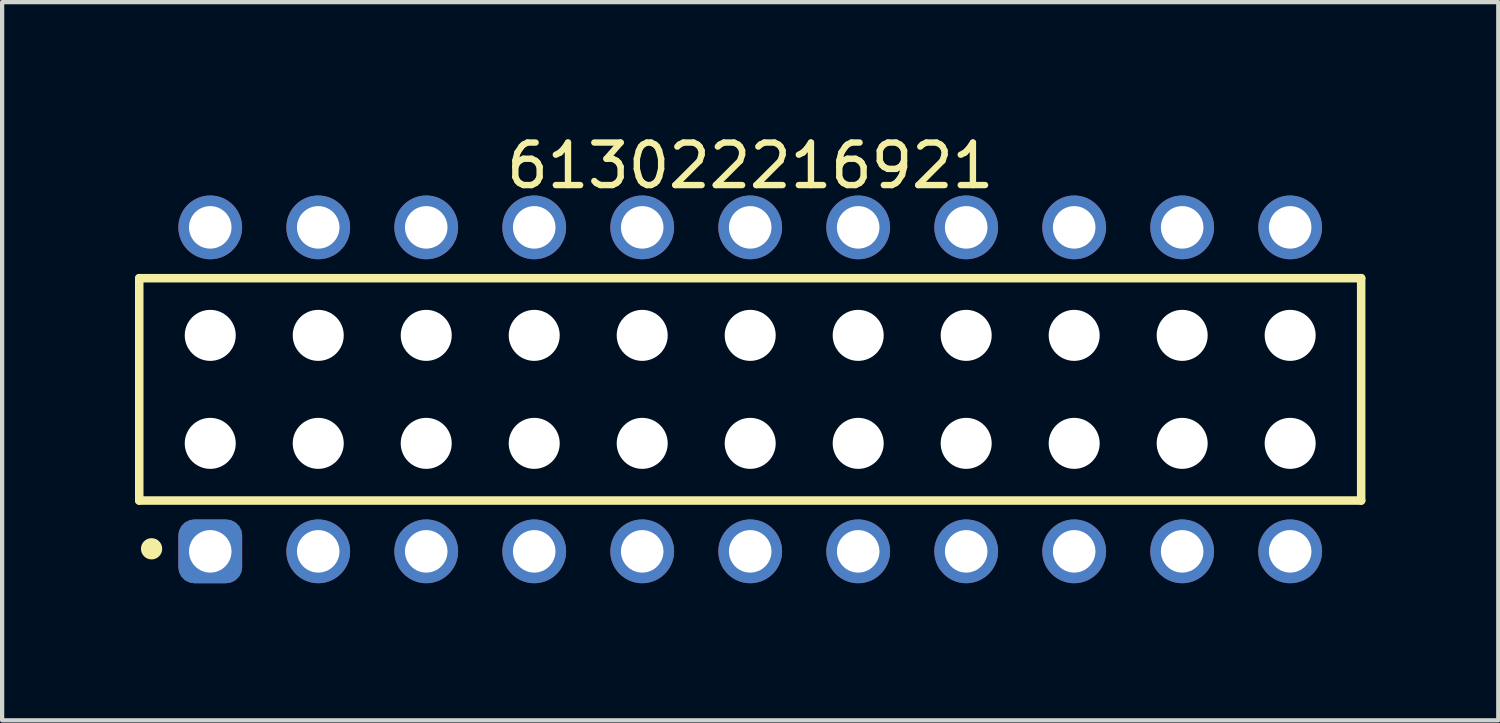
<source format=kicad_pcb>
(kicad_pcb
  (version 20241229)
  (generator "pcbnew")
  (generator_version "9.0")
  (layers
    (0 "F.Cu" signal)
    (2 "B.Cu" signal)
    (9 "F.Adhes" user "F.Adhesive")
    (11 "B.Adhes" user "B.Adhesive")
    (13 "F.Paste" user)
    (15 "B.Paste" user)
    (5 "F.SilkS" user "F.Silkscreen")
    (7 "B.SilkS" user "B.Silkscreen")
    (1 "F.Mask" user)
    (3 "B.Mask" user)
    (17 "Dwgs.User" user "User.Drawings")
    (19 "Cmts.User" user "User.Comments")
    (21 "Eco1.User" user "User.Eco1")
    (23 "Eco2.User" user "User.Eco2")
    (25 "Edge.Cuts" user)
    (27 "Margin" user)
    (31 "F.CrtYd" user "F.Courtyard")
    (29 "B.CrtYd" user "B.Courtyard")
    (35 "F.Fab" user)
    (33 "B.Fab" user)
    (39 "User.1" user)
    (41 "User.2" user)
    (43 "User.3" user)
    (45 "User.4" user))
  (footprint "613022216921"
    (layer "F.Cu")
    (at 14.595 6.108)
    (property "Reference" "613022216921" (at 0 -5.26 0) (layer "F.SilkS") (effects (font (size 1 1) (thickness 0.15))))
    (fp_line (start -14.37 -2.615) (end 14.37 -2.615) (stroke (width 0.2) (type solid)) (layer "F.SilkS"))
    (fp_line (start -14.37 2.615) (end -14.37 -2.615) (stroke (width 0.2) (type solid)) (layer "F.SilkS"))
    (fp_line (start -14.37 2.615) (end 14.37 2.615) (stroke (width 0.2) (type solid)) (layer "F.SilkS"))
    (fp_line (start 14.37 2.615) (end 14.37 -2.615) (stroke (width 0.2) (type solid)) (layer "F.SilkS"))
    (fp_circle (center -14.08 3.75) (end -14.08 3.625) (stroke (width 0.25) (type solid)) (fill no) (layer "F.SilkS"))
    (fp_line (start -14.57 -4.76) (end 14.57 -4.76) (stroke (width 0.05) (type solid)) (layer "Eco2.User"))
    (fp_line (start -14.57 4.76) (end -14.57 -4.76) (stroke (width 0.05) (type solid)) (layer "Eco2.User"))
    (fp_line (start -14.57 4.76) (end 14.57 4.76) (stroke (width 0.05) (type solid)) (layer "Eco2.User"))
    (fp_line (start -14.22 -2.54) (end 14.22 -2.54) (stroke (width 0.1) (type solid)) (layer "Eco2.User"))
    (fp_line (start -14.22 2.54) (end -14.22 -2.54) (stroke (width 0.1) (type solid)) (layer "Eco2.User"))
    (fp_line (start -14.22 2.54) (end 14.22 2.54) (stroke (width 0.1) (type solid)) (layer "Eco2.User"))
    (fp_line (start -13.1 -3.935) (end -12.3 -3.935) (stroke (width 0.1) (type solid)) (layer "Eco2.User"))
    (fp_line (start -13.1 -2.54) (end -13.1 -3.935) (stroke (width 0.1) (type solid)) (layer "Eco2.User"))
    (fp_line (start -13.1 3.935) (end -13.1 2.54) (stroke (width 0.1) (type solid)) (layer "Eco2.User"))
    (fp_line (start -13.1 3.935) (end -12.3 3.935) (stroke (width 0.1) (type solid)) (layer "Eco2.User"))
    (fp_line (start -12.3 -2.54) (end -12.3 -3.935) (stroke (width 0.1) (type solid)) (layer "Eco2.User"))
    (fp_line (start -12.3 3.935) (end -12.3 2.54) (stroke (width 0.1) (type solid)) (layer "Eco2.User"))
    (fp_line (start -10.56 -3.935) (end -9.76 -3.935) (stroke (width 0.1) (type solid)) (layer "Eco2.User"))
    (fp_line (start -10.56 -2.54) (end -10.56 -3.935) (stroke (width 0.1) (type solid)) (layer "Eco2.User"))
    (fp_line (start -10.56 3.935) (end -10.56 2.54) (stroke (width 0.1) (type solid)) (layer "Eco2.User"))
    (fp_line (start -10.56 3.935) (end -9.76 3.935) (stroke (width 0.1) (type solid)) (layer "Eco2.User"))
    (fp_line (start -9.76 -2.54) (end -9.76 -3.935) (stroke (width 0.1) (type solid)) (layer "Eco2.User"))
    (fp_line (start -9.76 3.935) (end -9.76 2.54) (stroke (width 0.1) (type solid)) (layer "Eco2.User"))
    (fp_line (start -8.02 -3.935) (end -7.22 -3.935) (stroke (width 0.1) (type solid)) (layer "Eco2.User"))
    (fp_line (start -8.02 -2.54) (end -8.02 -3.935) (stroke (width 0.1) (type solid)) (layer "Eco2.User"))
    (fp_line (start -8.02 3.935) (end -8.02 2.54) (stroke (width 0.1) (type solid)) (layer "Eco2.User"))
    (fp_line (start -8.02 3.935) (end -7.22 3.935) (stroke (width 0.1) (type solid)) (layer "Eco2.User"))
    (fp_line (start -7.22 -2.54) (end -7.22 -3.935) (stroke (width 0.1) (type solid)) (layer "Eco2.User"))
    (fp_line (start -7.22 3.935) (end -7.22 2.54) (stroke (width 0.1) (type solid)) (layer "Eco2.User"))
    (fp_line (start -5.48 -3.935) (end -4.68 -3.935) (stroke (width 0.1) (type solid)) (layer "Eco2.User"))
    (fp_line (start -5.48 -2.54) (end -5.48 -3.935) (stroke (width 0.1) (type solid)) (layer "Eco2.User"))
    (fp_line (start -5.48 3.935) (end -5.48 2.54) (stroke (width 0.1) (type solid)) (layer "Eco2.User"))
    (fp_line (start -5.48 3.935) (end -4.68 3.935) (stroke (width 0.1) (type solid)) (layer "Eco2.User"))
    (fp_line (start -4.68 -2.54) (end -4.68 -3.935) (stroke (width 0.1) (type solid)) (layer "Eco2.User"))
    (fp_line (start -4.68 3.935) (end -4.68 2.54) (stroke (width 0.1) (type solid)) (layer "Eco2.User"))
    (fp_line (start -2.94 -3.935) (end -2.14 -3.935) (stroke (width 0.1) (type solid)) (layer "Eco2.User"))
    (fp_line (start -2.94 -2.54) (end -2.94 -3.935) (stroke (width 0.1) (type solid)) (layer "Eco2.User"))
    (fp_line (start -2.94 3.935) (end -2.94 2.54) (stroke (width 0.1) (type solid)) (layer "Eco2.User"))
    (fp_line (start -2.94 3.935) (end -2.14 3.935) (stroke (width 0.1) (type solid)) (layer "Eco2.User"))
    (fp_line (start -2.14 -2.54) (end -2.14 -3.935) (stroke (width 0.1) (type solid)) (layer "Eco2.User"))
    (fp_line (start -2.14 3.935) (end -2.14 2.54) (stroke (width 0.1) (type solid)) (layer "Eco2.User"))
    (fp_line (start -0.5 0) (end 0.5 0) (stroke (width 0.05) (type solid)) (layer "Eco2.User"))
    (fp_line (start -0.4 -3.935) (end 0.4 -3.935) (stroke (width 0.1) (type solid)) (layer "Eco2.User"))
    (fp_line (start -0.4 -2.54) (end -0.4 -3.935) (stroke (width 0.1) (type solid)) (layer "Eco2.User"))
    (fp_line (start -0.4 3.935) (end -0.4 2.54) (stroke (width 0.1) (type solid)) (layer "Eco2.User"))
    (fp_line (start -0.4 3.935) (end 0.4 3.935) (stroke (width 0.1) (type solid)) (layer "Eco2.User"))
    (fp_line (start 0 0.5) (end 0 -0.5) (stroke (width 0.05) (type solid)) (layer "Eco2.User"))
    (fp_line (start 0.4 -2.54) (end 0.4 -3.935) (stroke (width 0.1) (type solid)) (layer "Eco2.User"))
    (fp_line (start 0.4 3.935) (end 0.4 2.54) (stroke (width 0.1) (type solid)) (layer "Eco2.User"))
    (fp_line (start 2.14 -3.935) (end 2.94 -3.935) (stroke (width 0.1) (type solid)) (layer "Eco2.User"))
    (fp_line (start 2.14 -2.54) (end 2.14 -3.935) (stroke (width 0.1) (type solid)) (layer "Eco2.User"))
    (fp_line (start 2.14 3.935) (end 2.14 2.54) (stroke (width 0.1) (type solid)) (layer "Eco2.User"))
    (fp_line (start 2.14 3.935) (end 2.94 3.935) (stroke (width 0.1) (type solid)) (layer "Eco2.User"))
    (fp_line (start 2.94 -2.54) (end 2.94 -3.935) (stroke (width 0.1) (type solid)) (layer "Eco2.User"))
    (fp_line (start 2.94 3.935) (end 2.94 2.54) (stroke (width 0.1) (type solid)) (layer "Eco2.User"))
    (fp_line (start 4.68 -3.935) (end 5.48 -3.935) (stroke (width 0.1) (type solid)) (layer "Eco2.User"))
    (fp_line (start 4.68 -2.54) (end 4.68 -3.935) (stroke (width 0.1) (type solid)) (layer "Eco2.User"))
    (fp_line (start 4.68 3.935) (end 4.68 2.54) (stroke (width 0.1) (type solid)) (layer "Eco2.User"))
    (fp_line (start 4.68 3.935) (end 5.48 3.935) (stroke (width 0.1) (type solid)) (layer "Eco2.User"))
    (fp_line (start 5.48 -2.54) (end 5.48 -3.935) (stroke (width 0.1) (type solid)) (layer "Eco2.User"))
    (fp_line (start 5.48 3.935) (end 5.48 2.54) (stroke (width 0.1) (type solid)) (layer "Eco2.User"))
    (fp_line (start 7.22 -3.935) (end 8.02 -3.935) (stroke (width 0.1) (type solid)) (layer "Eco2.User"))
    (fp_line (start 7.22 -2.54) (end 7.22 -3.935) (stroke (width 0.1) (type solid)) (layer "Eco2.User"))
    (fp_line (start 7.22 3.935) (end 7.22 2.54) (stroke (width 0.1) (type solid)) (layer "Eco2.User"))
    (fp_line (start 7.22 3.935) (end 8.02 3.935) (stroke (width 0.1) (type solid)) (layer "Eco2.User"))
    (fp_line (start 8.02 -2.54) (end 8.02 -3.935) (stroke (width 0.1) (type solid)) (layer "Eco2.User"))
    (fp_line (start 8.02 3.935) (end 8.02 2.54) (stroke (width 0.1) (type solid)) (layer "Eco2.User"))
    (fp_line (start 9.76 -3.935) (end 10.56 -3.935) (stroke (width 0.1) (type solid)) (layer "Eco2.User"))
    (fp_line (start 9.76 -2.54) (end 9.76 -3.935) (stroke (width 0.1) (type solid)) (layer "Eco2.User"))
    (fp_line (start 9.76 3.935) (end 9.76 2.54) (stroke (width 0.1) (type solid)) (layer "Eco2.User"))
    (fp_line (start 9.76 3.935) (end 10.56 3.935) (stroke (width 0.1) (type solid)) (layer "Eco2.User"))
    (fp_line (start 10.56 -2.54) (end 10.56 -3.935) (stroke (width 0.1) (type solid)) (layer "Eco2.User"))
    (fp_line (start 10.56 3.935) (end 10.56 2.54) (stroke (width 0.1) (type solid)) (layer "Eco2.User"))
    (fp_line (start 12.3 -3.935) (end 13.1 -3.935) (stroke (width 0.1) (type solid)) (layer "Eco2.User"))
    (fp_line (start 12.3 -2.54) (end 12.3 -3.935) (stroke (width 0.1) (type solid)) (layer "Eco2.User"))
    (fp_line (start 12.3 3.935) (end 12.3 2.54) (stroke (width 0.1) (type solid)) (layer "Eco2.User"))
    (fp_line (start 12.3 3.935) (end 13.1 3.935) (stroke (width 0.1) (type solid)) (layer "Eco2.User"))
    (fp_line (start 13.1 -2.54) (end 13.1 -3.935) (stroke (width 0.1) (type solid)) (layer "Eco2.User"))
    (fp_line (start 13.1 3.935) (end 13.1 2.54) (stroke (width 0.1) (type solid)) (layer "Eco2.User"))
    (fp_line (start 14.22 2.54) (end 14.22 -2.54) (stroke (width 0.1) (type solid)) (layer "Eco2.User"))
    (fp_line (start 14.57 4.76) (end 14.57 -4.76) (stroke (width 0.05) (type solid)) (layer "Eco2.User"))
    (fp_text user "${REFERENCE}" (at 0.15 -0.197 0) (unlocked yes) (layer "User.3") (effects (font (size 1.5 1.5) (thickness 0.15))))
    (pad "" np_thru_hole circle (at -12.7 -1.27) (size 1.2 1.2) (drill 1.2) (layers "*.Cu" "*.Mask"))
    (pad "" np_thru_hole circle (at -12.7 1.27) (size 1.2 1.2) (drill 1.2) (layers "*.Cu" "*.Mask"))
    (pad "" np_thru_hole circle (at -10.16 -1.27) (size 1.2 1.2) (drill 1.2) (layers "*.Cu" "*.Mask"))
    (pad "" np_thru_hole circle (at -10.16 1.27) (size 1.2 1.2) (drill 1.2) (layers "*.Cu" "*.Mask"))
    (pad "" np_thru_hole circle (at -7.62 -1.27) (size 1.2 1.2) (drill 1.2) (layers "*.Cu" "*.Mask"))
    (pad "" np_thru_hole circle (at -7.62 1.27) (size 1.2 1.2) (drill 1.2) (layers "*.Cu" "*.Mask"))
    (pad "" np_thru_hole circle (at -5.08 -1.27) (size 1.2 1.2) (drill 1.2) (layers "*.Cu" "*.Mask"))
    (pad "" np_thru_hole circle (at -5.08 1.27) (size 1.2 1.2) (drill 1.2) (layers "*.Cu" "*.Mask"))
    (pad "" np_thru_hole circle (at -2.54 -1.27) (size 1.2 1.2) (drill 1.2) (layers "*.Cu" "*.Mask"))
    (pad "" np_thru_hole circle (at -2.54 1.27) (size 1.2 1.2) (drill 1.2) (layers "*.Cu" "*.Mask"))
    (pad "" np_thru_hole circle (at 0 -1.27) (size 1.2 1.2) (drill 1.2) (layers "*.Cu" "*.Mask"))
    (pad "" np_thru_hole circle (at 0 1.27) (size 1.2 1.2) (drill 1.2) (layers "*.Cu" "*.Mask"))
    (pad "" np_thru_hole circle (at 2.54 -1.27) (size 1.2 1.2) (drill 1.2) (layers "*.Cu" "*.Mask"))
    (pad "" np_thru_hole circle (at 2.54 1.27) (size 1.2 1.2) (drill 1.2) (layers "*.Cu" "*.Mask"))
    (pad "" np_thru_hole circle (at 5.08 -1.27) (size 1.2 1.2) (drill 1.2) (layers "*.Cu" "*.Mask"))
    (pad "" np_thru_hole circle (at 5.08 1.27) (size 1.2 1.2) (drill 1.2) (layers "*.Cu" "*.Mask"))
    (pad "" np_thru_hole circle (at 7.62 -1.27) (size 1.2 1.2) (drill 1.2) (layers "*.Cu" "*.Mask"))
    (pad "" np_thru_hole circle (at 7.62 1.27) (size 1.2 1.2) (drill 1.2) (layers "*.Cu" "*.Mask"))
    (pad "" np_thru_hole circle (at 10.16 -1.27) (size 1.2 1.2) (drill 1.2) (layers "*.Cu" "*.Mask"))
    (pad "" np_thru_hole circle (at 10.16 1.27) (size 1.2 1.2) (drill 1.2) (layers "*.Cu" "*.Mask"))
    (pad "" np_thru_hole circle (at 12.7 -1.27) (size 1.2 1.2) (drill 1.2) (layers "*.Cu" "*.Mask"))
    (pad "" np_thru_hole circle (at 12.7 1.27) (size 1.2 1.2) (drill 1.2) (layers "*.Cu" "*.Mask"))
    (pad "1" thru_hole roundrect (at -12.7 3.81) (size 1.5 1.5) (drill 1) (layers "*.Cu" "*.Mask") (roundrect_rratio 0.25))
    (pad "2" thru_hole circle (at -12.7 -3.81) (size 1.5 1.5) (drill 1) (layers "*.Cu" "*.Mask"))
    (pad "3" thru_hole circle (at -10.16 3.81) (size 1.5 1.5) (drill 1) (layers "*.Cu" "*.Mask"))
    (pad "4" thru_hole circle (at -10.16 -3.81) (size 1.5 1.5) (drill 1) (layers "*.Cu" "*.Mask"))
    (pad "5" thru_hole circle (at -7.62 3.81) (size 1.5 1.5) (drill 1) (layers "*.Cu" "*.Mask"))
    (pad "6" thru_hole circle (at -7.62 -3.81) (size 1.5 1.5) (drill 1) (layers "*.Cu" "*.Mask"))
    (pad "7" thru_hole circle (at -5.08 3.81) (size 1.5 1.5) (drill 1) (layers "*.Cu" "*.Mask"))
    (pad "8" thru_hole circle (at -5.08 -3.81) (size 1.5 1.5) (drill 1) (layers "*.Cu" "*.Mask"))
    (pad "9" thru_hole circle (at -2.54 3.81) (size 1.5 1.5) (drill 1) (layers "*.Cu" "*.Mask"))
    (pad "10" thru_hole circle (at -2.54 -3.81) (size 1.5 1.5) (drill 1) (layers "*.Cu" "*.Mask"))
    (pad "11" thru_hole circle (at 0 3.81) (size 1.5 1.5) (drill 1) (layers "*.Cu" "*.Mask"))
    (pad "12" thru_hole circle (at 0 -3.81) (size 1.5 1.5) (drill 1) (layers "*.Cu" "*.Mask"))
    (pad "13" thru_hole circle (at 2.54 3.81) (size 1.5 1.5) (drill 1) (layers "*.Cu" "*.Mask"))
    (pad "14" thru_hole circle (at 2.54 -3.81) (size 1.5 1.5) (drill 1) (layers "*.Cu" "*.Mask"))
    (pad "15" thru_hole circle (at 5.08 3.81) (size 1.5 1.5) (drill 1) (layers "*.Cu" "*.Mask"))
    (pad "16" thru_hole circle (at 5.08 -3.81) (size 1.5 1.5) (drill 1) (layers "*.Cu" "*.Mask"))
    (pad "17" thru_hole circle (at 7.62 3.81) (size 1.5 1.5) (drill 1) (layers "*.Cu" "*.Mask"))
    (pad "18" thru_hole circle (at 7.62 -3.81) (size 1.5 1.5) (drill 1) (layers "*.Cu" "*.Mask"))
    (pad "19" thru_hole circle (at 10.16 3.81) (size 1.5 1.5) (drill 1) (layers "*.Cu" "*.Mask"))
    (pad "20" thru_hole circle (at 10.16 -3.81) (size 1.5 1.5) (drill 1) (layers "*.Cu" "*.Mask"))
    (pad "21" thru_hole circle (at 12.7 3.81) (size 1.5 1.5) (drill 1) (layers "*.Cu" "*.Mask"))
    (pad "22" thru_hole circle (at 12.7 -3.81) (size 1.5 1.5) (drill 1) (layers "*.Cu" "*.Mask")))
  (gr_rect
    (start -3 -3)
    (end 32.19 13.893)
    (stroke (width 0.1) (type default))
    (fill no)
    (layer "Edge.Cuts")))
</source>
